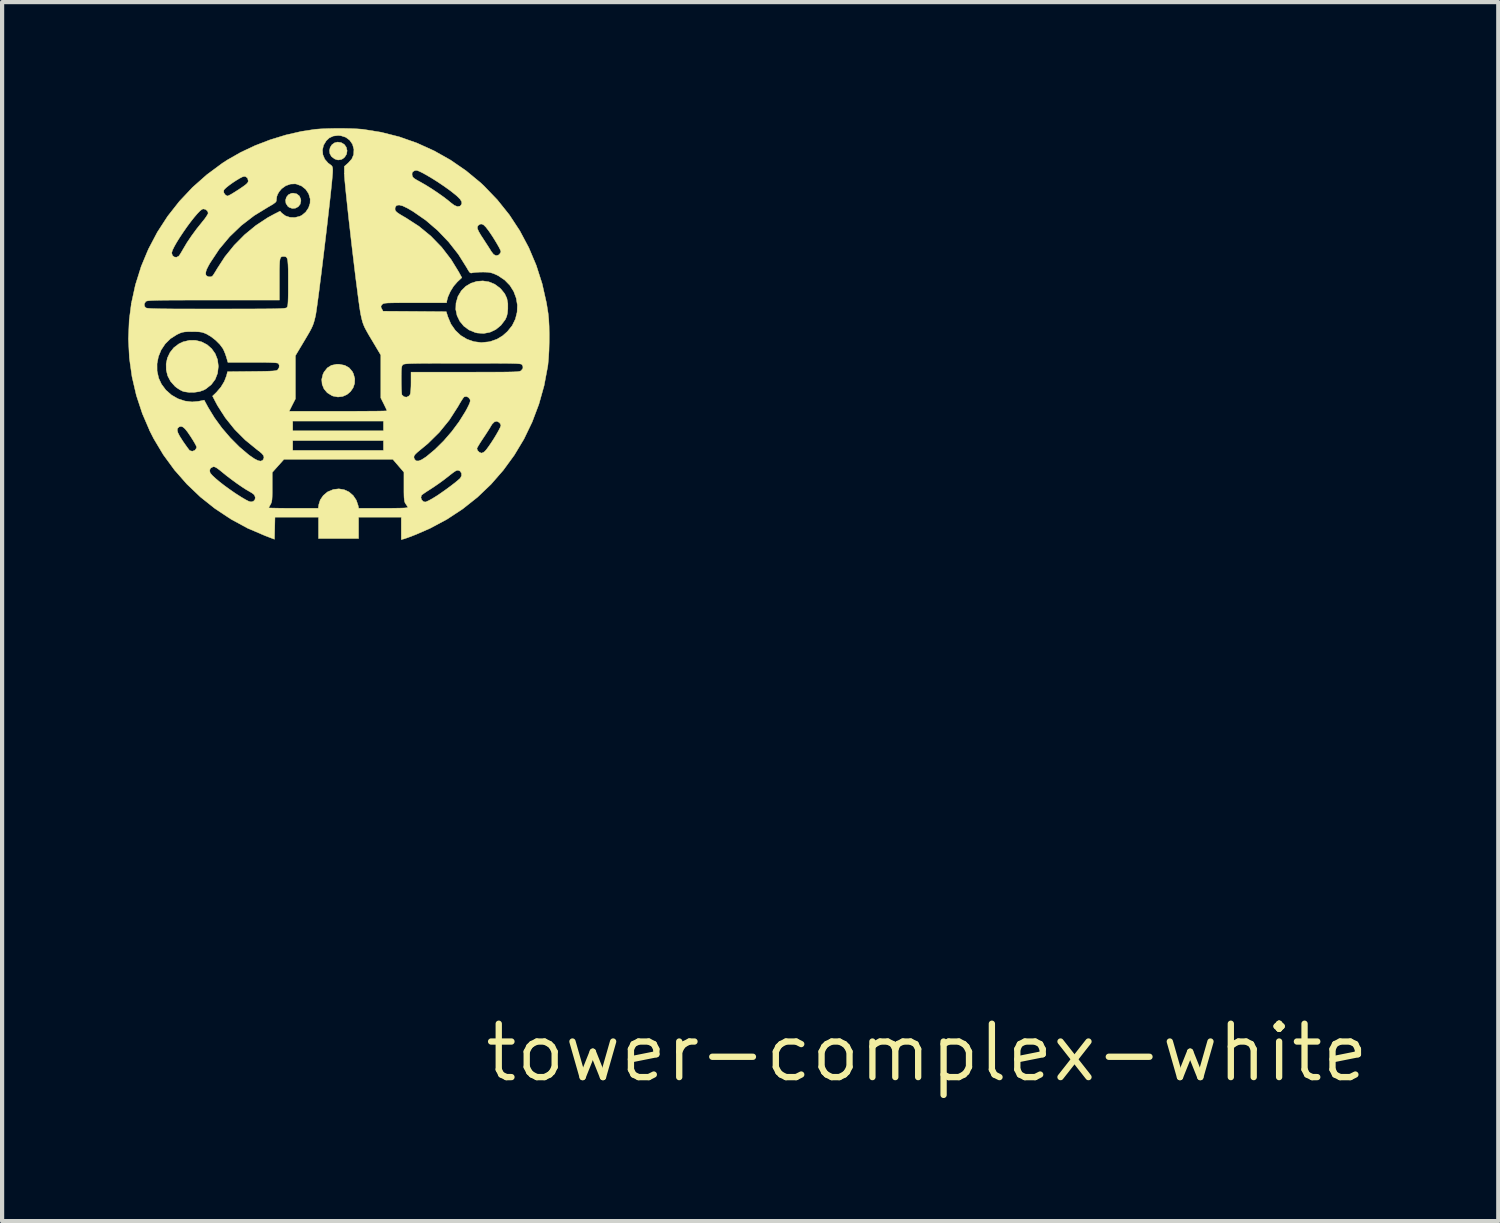
<source format=kicad_pcb>
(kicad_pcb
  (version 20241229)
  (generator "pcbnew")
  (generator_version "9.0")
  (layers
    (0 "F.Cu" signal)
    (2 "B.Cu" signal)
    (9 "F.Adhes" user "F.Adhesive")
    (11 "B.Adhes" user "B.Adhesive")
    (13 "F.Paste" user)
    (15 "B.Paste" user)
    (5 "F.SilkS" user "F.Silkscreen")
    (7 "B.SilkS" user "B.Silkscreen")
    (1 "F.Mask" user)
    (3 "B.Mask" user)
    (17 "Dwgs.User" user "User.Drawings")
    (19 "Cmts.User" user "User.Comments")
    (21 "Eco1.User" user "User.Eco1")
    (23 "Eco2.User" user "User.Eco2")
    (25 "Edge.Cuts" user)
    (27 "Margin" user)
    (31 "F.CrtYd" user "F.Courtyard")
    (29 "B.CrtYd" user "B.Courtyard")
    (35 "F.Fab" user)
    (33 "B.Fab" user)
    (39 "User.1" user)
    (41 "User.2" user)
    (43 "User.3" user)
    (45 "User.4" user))
  (footprint "tower-complex-white"
    (layer "F.Cu")
    (at 19.006 21.996)
    (property "Reference" "tower-complex-white" (at 0 0 0) (layer "F.SilkS") (effects (font (size 1.27 1.27) (thickness 0.15))))
    (attr through_hole)
    (fp_poly (pts (xy -14.996 -20.433) (xy -14.933 -20.383) (xy -14.901 -20.306) (xy -14.897 -20.265) (xy -14.915 -20.187) (xy -14.962 -20.128) (xy -15.028 -20.093) (xy -15.103 -20.087) (xy -15.176 -20.113) (xy -15.209 -20.139) (xy -15.253 -20.208) (xy -15.262 -20.283) (xy -15.241 -20.355) (xy -15.194 -20.413) (xy -15.125 -20.446) (xy -15.083 -20.451) (xy -14.996 -20.433)) (stroke (width 0.01) (type solid)) (fill yes) (layer "F.SilkS"))
    (fp_poly (pts (xy -13.94 -21.654) (xy -13.865 -21.61) (xy -13.817 -21.542) (xy -13.798 -21.461) (xy -13.811 -21.379) (xy -13.856 -21.307) (xy -13.9 -21.27) (xy -13.935 -21.252) (xy -13.939 -21.251) (xy -13.984 -21.244) (xy -13.995 -21.241) (xy -14.031 -21.243) (xy -14.084 -21.261) (xy -14.097 -21.267) (xy -14.169 -21.321) (xy -14.208 -21.39) (xy -14.217 -21.465) (xy -14.201 -21.537) (xy -14.161 -21.601) (xy -14.101 -21.646) (xy -14.025 -21.666) (xy -13.94 -21.654)) (stroke (width 0.01) (type solid)) (fill yes) (layer "F.SilkS"))
    (fp_poly (pts (xy -13.981 -16.379) (xy -13.853 -16.354) (xy -13.751 -16.297) (xy -13.674 -16.207) (xy -13.648 -16.155) (xy -13.615 -16.036) (xy -13.62 -15.922) (xy -13.656 -15.818) (xy -13.719 -15.728) (xy -13.803 -15.658) (xy -13.904 -15.614) (xy -14.016 -15.601) (xy -14.133 -15.623) (xy -14.16 -15.634) (xy -14.269 -15.701) (xy -14.347 -15.793) (xy -14.392 -15.902) (xy -14.402 -16.02) (xy -14.373 -16.14) (xy -14.346 -16.196) (xy -14.269 -16.293) (xy -14.172 -16.354) (xy -14.053 -16.379) (xy -13.981 -16.379)) (stroke (width 0.01) (type solid)) (fill yes) (layer "F.SilkS"))
    (fp_poly (pts (xy -17.399 -16.948) (xy -17.257 -16.912) (xy -17.129 -16.845) (xy -17.02 -16.75) (xy -16.936 -16.631) (xy -16.881 -16.491) (xy -16.861 -16.334) (xy -16.861 -16.331) (xy -16.88 -16.166) (xy -16.936 -16.021) (xy -17.028 -15.897) (xy -17.156 -15.795) (xy -17.209 -15.766) (xy -17.307 -15.731) (xy -17.428 -15.713) (xy -17.555 -15.711) (xy -17.67 -15.727) (xy -17.71 -15.739) (xy -17.776 -15.772) (xy -17.852 -15.822) (xy -17.894 -15.856) (xy -17.998 -15.973) (xy -18.067 -16.105) (xy -18.101 -16.246) (xy -18.103 -16.39) (xy -18.073 -16.53) (xy -18.011 -16.66) (xy -17.921 -16.774) (xy -17.801 -16.865) (xy -17.704 -16.912) (xy -17.55 -16.949) (xy -17.399 -16.948)) (stroke (width 0.01) (type solid)) (fill yes) (layer "F.SilkS"))
    (fp_poly (pts (xy -10.425 -18.341) (xy -10.287 -18.285) (xy -10.162 -18.193) (xy -10.133 -18.163) (xy -10.048 -18.057) (xy -9.997 -17.948) (xy -9.974 -17.824) (xy -9.974 -17.699) (xy -9.983 -17.596) (xy -10.001 -17.519) (xy -10.03 -17.453) (xy -10.038 -17.439) (xy -10.138 -17.307) (xy -10.26 -17.207) (xy -10.398 -17.142) (xy -10.548 -17.113) (xy -10.703 -17.124) (xy -10.749 -17.135) (xy -10.898 -17.196) (xy -11.022 -17.288) (xy -11.117 -17.403) (xy -11.182 -17.537) (xy -11.213 -17.683) (xy -11.207 -17.836) (xy -11.162 -17.99) (xy -11.159 -17.998) (xy -11.079 -18.131) (xy -10.974 -18.235) (xy -10.849 -18.309) (xy -10.712 -18.352) (xy -10.568 -18.363) (xy -10.425 -18.341)) (stroke (width 0.01) (type solid)) (fill yes) (layer "F.SilkS"))
    (fp_poly (pts (xy -13.895 -21.991) (xy -13.714 -21.987) (xy -13.552 -21.98) (xy -13.424 -21.97) (xy -12.988 -21.9) (xy -12.557 -21.791) (xy -12.136 -21.643) (xy -11.728 -21.458) (xy -11.337 -21.238) (xy -10.968 -20.984) (xy -10.624 -20.7) (xy -10.542 -20.623) (xy -10.224 -20.292) (xy -9.939 -19.936) (xy -9.69 -19.557) (xy -9.476 -19.155) (xy -9.298 -18.734) (xy -9.157 -18.294) (xy -9.054 -17.836) (xy -9.015 -17.59) (xy -9.001 -17.451) (xy -8.992 -17.281) (xy -8.989 -17.092) (xy -8.99 -16.894) (xy -8.995 -16.7) (xy -9.006 -16.52) (xy -9.02 -16.365) (xy -9.025 -16.33) (xy -9.111 -15.872) (xy -9.235 -15.43) (xy -9.395 -15.006) (xy -9.59 -14.601) (xy -9.82 -14.218) (xy -10.082 -13.859) (xy -10.374 -13.524) (xy -10.696 -13.217) (xy -11.046 -12.939) (xy -11.423 -12.691) (xy -11.825 -12.476) (xy -12.15 -12.334) (xy -12.249 -12.295) (xy -12.339 -12.261) (xy -12.41 -12.236) (xy -12.451 -12.223) (xy -12.509 -12.209) (xy -12.509 -12.742) (xy -13.525 -12.742) (xy -13.525 -12.234) (xy -14.478 -12.234) (xy -14.478 -12.742) (xy -15.514 -12.742) (xy -15.52 -12.479) (xy -15.526 -12.216) (xy -15.742 -12.298) (xy -16.161 -12.477) (xy -16.559 -12.693) (xy -16.935 -12.942) (xy -16.964 -12.964) (xy -15.663 -12.964) (xy -15.643 -12.961) (xy -15.586 -12.959) (xy -15.497 -12.957) (xy -15.382 -12.955) (xy -15.246 -12.954) (xy -15.095 -12.954) (xy -15.073 -12.954) (xy -14.484 -12.954) (xy -14.472 -13.04) (xy -14.437 -13.152) (xy -14.367 -13.255) (xy -14.27 -13.338) (xy -14.255 -13.347) (xy -14.125 -13.401) (xy -13.994 -13.416) (xy -13.868 -13.395) (xy -13.752 -13.342) (xy -13.654 -13.257) (xy -13.579 -13.146) (xy -13.537 -13.023) (xy -13.522 -12.954) (xy -12.93 -12.954) (xy -12.75 -12.954) (xy -12.609 -12.956) (xy -12.503 -12.958) (xy -12.428 -12.961) (xy -12.38 -12.966) (xy -12.357 -12.972) (xy -12.353 -12.98) (xy -12.353 -12.98) (xy -12.375 -13.016) (xy -12.407 -13.063) (xy -12.422 -13.089) (xy -12.432 -13.123) (xy -12.439 -13.171) (xy -12.442 -13.209) (xy -12.042 -13.209) (xy -12.025 -13.155) (xy -11.985 -13.114) (xy -11.94 -13.102) (xy -11.906 -13.113) (xy -11.847 -13.141) (xy -11.772 -13.182) (xy -11.728 -13.209) (xy -11.643 -13.262) (xy -11.545 -13.33) (xy -11.44 -13.404) (xy -11.336 -13.481) (xy -11.242 -13.553) (xy -11.165 -13.616) (xy -11.113 -13.662) (xy -11.104 -13.671) (xy -11.075 -13.728) (xy -11.077 -13.788) (xy -11.109 -13.836) (xy -11.137 -13.851) (xy -11.164 -13.857) (xy -11.192 -13.853) (xy -11.229 -13.834) (xy -11.282 -13.797) (xy -11.357 -13.739) (xy -11.397 -13.707) (xy -11.503 -13.625) (xy -11.623 -13.538) (xy -11.741 -13.457) (xy -11.807 -13.414) (xy -11.89 -13.361) (xy -11.96 -13.314) (xy -12.009 -13.279) (xy -12.028 -13.263) (xy -12.042 -13.209) (xy -12.442 -13.209) (xy -12.444 -13.242) (xy -12.446 -13.34) (xy -12.446 -13.465) (xy -12.446 -13.811) (xy -12.71 -14.118) (xy -15.3 -14.118) (xy -15.579 -13.806) (xy -15.579 -13.46) (xy -15.579 -13.328) (xy -15.581 -13.231) (xy -15.585 -13.162) (xy -15.593 -13.113) (xy -15.604 -13.077) (xy -15.619 -13.047) (xy -15.621 -13.043) (xy -15.648 -12.996) (xy -15.663 -12.967) (xy -15.663 -12.964) (xy -16.964 -12.964) (xy -17.287 -13.221) (xy -17.611 -13.53) (xy -17.899 -13.858) (xy -17.069 -13.858) (xy -17.057 -13.799) (xy -17.051 -13.789) (xy -17.006 -13.736) (xy -16.931 -13.666) (xy -16.833 -13.583) (xy -16.717 -13.493) (xy -16.59 -13.401) (xy -16.459 -13.31) (xy -16.329 -13.227) (xy -16.293 -13.205) (xy -16.204 -13.153) (xy -16.141 -13.121) (xy -16.097 -13.107) (xy -16.061 -13.108) (xy -16.026 -13.122) (xy -16.022 -13.124) (xy -15.989 -13.163) (xy -15.983 -13.217) (xy -16.006 -13.271) (xy -16.015 -13.281) (xy -16.057 -13.314) (xy -16.113 -13.348) (xy -16.115 -13.349) (xy -16.197 -13.396) (xy -16.302 -13.464) (xy -16.421 -13.546) (xy -16.544 -13.636) (xy -16.663 -13.726) (xy -16.744 -13.792) (xy -16.831 -13.863) (xy -16.893 -13.909) (xy -16.938 -13.934) (xy -16.97 -13.942) (xy -16.987 -13.94) (xy -17.045 -13.909) (xy -17.069 -13.858) (xy -17.899 -13.858) (xy -17.906 -13.866) (xy -18.17 -14.227) (xy -18.399 -14.61) (xy -18.486 -14.781) (xy -18.5 -14.813) (xy -17.839 -14.813) (xy -17.824 -14.753) (xy -17.783 -14.672) (xy -17.715 -14.565) (xy -17.705 -14.549) (xy -17.647 -14.466) (xy -17.597 -14.396) (xy -17.559 -14.346) (xy -17.539 -14.325) (xy -17.481 -14.31) (xy -17.423 -14.331) (xy -17.411 -14.342) (xy -17.384 -14.383) (xy -17.378 -14.409) (xy -17.389 -14.439) (xy -17.419 -14.496) (xy -17.464 -14.572) (xy -17.519 -14.659) (xy -17.521 -14.662) (xy -17.595 -14.771) (xy -17.655 -14.845) (xy -17.705 -14.887) (xy -17.748 -14.902) (xy -17.789 -14.892) (xy -17.799 -14.886) (xy -17.831 -14.855) (xy -17.839 -14.813) (xy -18.5 -14.813) (xy -18.669 -15.205) (xy -18.812 -15.639) (xy -18.915 -16.082) (xy -18.959 -16.392) (xy -18.32 -16.392) (xy -18.319 -16.22) (xy -18.281 -16.05) (xy -18.215 -15.907) (xy -18.109 -15.765) (xy -17.976 -15.648) (xy -17.823 -15.56) (xy -17.656 -15.505) (xy -17.485 -15.484) (xy -17.335 -15.498) (xy -17.198 -15.526) (xy -17.103 -15.351) (xy -16.953 -15.105) (xy -16.774 -14.86) (xy -16.574 -14.627) (xy -16.362 -14.414) (xy -16.146 -14.231) (xy -16.111 -14.205) (xy -16.003 -14.131) (xy -15.919 -14.088) (xy -15.857 -14.075) (xy -15.812 -14.091) (xy -15.79 -14.119) (xy -15.776 -14.162) (xy -15.776 -14.164) (xy -12.209 -14.164) (xy -12.196 -14.126) (xy -12.191 -14.117) (xy -12.155 -14.082) (xy -12.1 -14.079) (xy -12.024 -14.109) (xy -11.925 -14.173) (xy -11.906 -14.187) (xy -11.703 -14.356) (xy -11.687 -14.372) (xy -10.71 -14.372) (xy -10.693 -14.327) (xy -10.653 -14.287) (xy -10.606 -14.267) (xy -10.601 -14.266) (xy -10.557 -14.281) (xy -10.522 -14.307) (xy -10.479 -14.356) (xy -10.426 -14.429) (xy -10.366 -14.517) (xy -10.304 -14.613) (xy -10.246 -14.709) (xy -10.196 -14.797) (xy -10.159 -14.869) (xy -10.14 -14.917) (xy -10.139 -14.926) (xy -10.153 -14.964) (xy -10.18 -14.996) (xy -10.235 -15.024) (xy -10.292 -15.01) (xy -10.346 -14.957) (xy -10.371 -14.918) (xy -10.403 -14.864) (xy -10.452 -14.786) (xy -10.511 -14.695) (xy -10.566 -14.613) (xy -10.622 -14.528) (xy -10.667 -14.455) (xy -10.699 -14.4) (xy -10.71 -14.372) (xy -10.71 -14.372) (xy -11.687 -14.372) (xy -11.501 -14.556) (xy -11.308 -14.779) (xy -11.134 -15.013) (xy -10.987 -15.248) (xy -10.952 -15.311) (xy -10.907 -15.4) (xy -10.88 -15.461) (xy -10.869 -15.503) (xy -10.871 -15.534) (xy -10.876 -15.547) (xy -10.913 -15.593) (xy -10.963 -15.614) (xy -11.011 -15.604) (xy -11.017 -15.6) (xy -11.039 -15.573) (xy -11.076 -15.517) (xy -11.122 -15.441) (xy -11.162 -15.371) (xy -11.367 -15.052) (xy -11.606 -14.759) (xy -11.878 -14.491) (xy -12.039 -14.358) (xy -12.123 -14.289) (xy -12.176 -14.239) (xy -12.204 -14.199) (xy -12.209 -14.164) (xy -15.776 -14.164) (xy -15.785 -14.204) (xy -15.821 -14.251) (xy -15.887 -14.309) (xy -15.945 -14.352) (xy -16.203 -14.563) (xy -15.092 -14.563) (xy -15.092 -14.33) (xy -12.933 -14.33) (xy -12.933 -14.563) (xy -15.092 -14.563) (xy -16.203 -14.563) (xy -16.222 -14.578) (xy -16.473 -14.83) (xy -16.632 -15.028) (xy -15.092 -15.028) (xy -15.092 -14.796) (xy -12.933 -14.796) (xy -12.933 -15.028) (xy -15.092 -15.028) (xy -16.632 -15.028) (xy -16.694 -15.105) (xy -16.794 -15.261) (xy -15.177 -15.261) (xy -14.013 -15.261) (xy -13.795 -15.261) (xy -13.591 -15.262) (xy -13.403 -15.263) (xy -13.237 -15.264) (xy -13.095 -15.265) (xy -12.982 -15.267) (xy -12.901 -15.269) (xy -12.856 -15.271) (xy -12.848 -15.272) (xy -12.857 -15.295) (xy -12.881 -15.346) (xy -12.914 -15.414) (xy -12.922 -15.431) (xy -12.996 -15.578) (xy -12.996 -16.004) (xy -12.509 -16.004) (xy -12.508 -15.889) (xy -12.505 -15.788) (xy -12.501 -15.71) (xy -12.496 -15.662) (xy -12.493 -15.651) (xy -12.442 -15.606) (xy -12.383 -15.597) (xy -12.327 -15.625) (xy -12.298 -15.662) (xy -12.29 -15.699) (xy -12.283 -15.768) (xy -12.278 -15.858) (xy -12.277 -15.948) (xy -12.277 -16.192) (xy -10.986 -16.192) (xy -10.72 -16.193) (xy -10.493 -16.193) (xy -10.302 -16.193) (xy -10.144 -16.194) (xy -10.015 -16.195) (xy -9.912 -16.197) (xy -9.832 -16.199) (xy -9.772 -16.202) (xy -9.729 -16.206) (xy -9.698 -16.211) (xy -9.678 -16.217) (xy -9.664 -16.224) (xy -9.654 -16.233) (xy -9.652 -16.235) (xy -9.616 -16.281) (xy -9.615 -16.324) (xy -9.632 -16.363) (xy -9.637 -16.371) (xy -9.646 -16.378) (xy -9.662 -16.384) (xy -9.687 -16.389) (xy -9.726 -16.393) (xy -9.78 -16.397) (xy -9.853 -16.399) (xy -9.948 -16.401) (xy -10.068 -16.402) (xy -10.216 -16.403) (xy -10.395 -16.404) (xy -10.609 -16.404) (xy -10.859 -16.404) (xy -11.043 -16.404) (xy -11.321 -16.404) (xy -11.56 -16.404) (xy -11.763 -16.403) (xy -11.933 -16.402) (xy -12.072 -16.401) (xy -12.185 -16.399) (xy -12.273 -16.397) (xy -12.341 -16.394) (xy -12.391 -16.39) (xy -12.426 -16.386) (xy -12.45 -16.38) (xy -12.464 -16.374) (xy -12.471 -16.369) (xy -12.486 -16.352) (xy -12.496 -16.326) (xy -12.503 -16.284) (xy -12.507 -16.221) (xy -12.509 -16.129) (xy -12.509 -16.004) (xy -12.996 -16.004) (xy -12.996 -16.598) (xy -13.206 -16.951) (xy -13.28 -17.074) (xy -13.334 -17.17) (xy -13.375 -17.246) (xy -13.404 -17.312) (xy -13.427 -17.374) (xy -13.446 -17.443) (xy -13.465 -17.526) (xy -13.472 -17.558) (xy -13.484 -17.624) (xy -13.5 -17.727) (xy -13.505 -17.765) (xy -12.992 -17.765) (xy -12.99 -17.733) (xy -12.974 -17.699) (xy -12.942 -17.642) (xy -12.19 -17.637) (xy -11.439 -17.631) (xy -11.401 -17.51) (xy -11.328 -17.336) (xy -11.224 -17.187) (xy -11.095 -17.065) (xy -10.945 -16.975) (xy -10.78 -16.918) (xy -10.605 -16.896) (xy -10.423 -16.914) (xy -10.381 -16.924) (xy -10.229 -16.978) (xy -10.097 -17.058) (xy -9.983 -17.159) (xy -9.87 -17.3) (xy -9.794 -17.456) (xy -9.753 -17.621) (xy -9.747 -17.789) (xy -9.775 -17.954) (xy -9.834 -18.112) (xy -9.925 -18.257) (xy -10.047 -18.382) (xy -10.197 -18.484) (xy -10.239 -18.505) (xy -10.319 -18.54) (xy -10.387 -18.56) (xy -10.46 -18.57) (xy -10.557 -18.573) (xy -10.562 -18.573) (xy -10.654 -18.571) (xy -10.738 -18.566) (xy -10.799 -18.559) (xy -10.808 -18.557) (xy -10.843 -18.55) (xy -10.868 -18.555) (xy -10.892 -18.579) (xy -10.923 -18.628) (xy -10.955 -18.684) (xy -11.15 -18.995) (xy -11.381 -19.289) (xy -11.641 -19.561) (xy -11.741 -19.647) (xy -10.699 -19.647) (xy -10.695 -19.602) (xy -10.667 -19.538) (xy -10.616 -19.45) (xy -10.569 -19.379) (xy -10.507 -19.283) (xy -10.447 -19.191) (xy -10.397 -19.112) (xy -10.367 -19.063) (xy -10.312 -18.993) (xy -10.256 -18.964) (xy -10.2 -18.976) (xy -10.172 -18.999) (xy -10.145 -19.038) (xy -10.139 -19.061) (xy -10.15 -19.095) (xy -10.18 -19.156) (xy -10.225 -19.236) (xy -10.28 -19.328) (xy -10.34 -19.424) (xy -10.402 -19.516) (xy -10.427 -19.552) (xy -10.494 -19.64) (xy -10.547 -19.693) (xy -10.592 -19.716) (xy -10.633 -19.713) (xy -10.645 -19.707) (xy -10.682 -19.68) (xy -10.699 -19.647) (xy -11.741 -19.647) (xy -11.925 -19.805) (xy -12.228 -20.015) (xy -12.363 -20.094) (xy -12.474 -20.147) (xy -12.56 -20.169) (xy -12.62 -20.159) (xy -12.652 -20.118) (xy -12.658 -20.076) (xy -12.654 -20.047) (xy -12.638 -20.02) (xy -12.605 -19.989) (xy -12.549 -19.951) (xy -12.464 -19.9) (xy -12.404 -19.866) (xy -12.09 -19.663) (xy -11.805 -19.429) (xy -11.549 -19.165) (xy -11.323 -18.871) (xy -11.145 -18.581) (xy -11.068 -18.44) (xy -11.176 -18.339) (xy -11.264 -18.238) (xy -11.341 -18.114) (xy -11.399 -17.984) (xy -11.419 -17.912) (xy -11.433 -17.843) (xy -12.18 -17.843) (xy -12.377 -17.843) (xy -12.537 -17.843) (xy -12.663 -17.842) (xy -12.759 -17.84) (xy -12.831 -17.838) (xy -12.882 -17.834) (xy -12.916 -17.828) (xy -12.939 -17.821) (xy -12.954 -17.811) (xy -12.966 -17.8) (xy -12.966 -17.8) (xy -12.992 -17.765) (xy -13.505 -17.765) (xy -13.519 -17.862) (xy -13.541 -18.026) (xy -13.565 -18.214) (xy -13.592 -18.421) (xy -13.619 -18.644) (xy -13.647 -18.877) (xy -13.676 -19.118) (xy -13.704 -19.36) (xy -13.731 -19.6) (xy -13.758 -19.833) (xy -13.782 -20.056) (xy -13.804 -20.263) (xy -13.824 -20.451) (xy -13.84 -20.615) (xy -13.853 -20.75) (xy -13.861 -20.853) (xy -13.864 -20.915) (xy -12.253 -20.915) (xy -12.252 -20.886) (xy -12.245 -20.853) (xy -12.229 -20.826) (xy -12.196 -20.797) (xy -12.139 -20.762) (xy -12.057 -20.717) (xy -11.928 -20.643) (xy -11.788 -20.556) (xy -11.647 -20.462) (xy -11.515 -20.369) (xy -11.402 -20.283) (xy -11.335 -20.227) (xy -11.246 -20.16) (xy -11.172 -20.131) (xy -11.114 -20.141) (xy -11.096 -20.155) (xy -11.069 -20.199) (xy -11.073 -20.249) (xy -11.111 -20.309) (xy -11.185 -20.383) (xy -11.223 -20.415) (xy -11.343 -20.51) (xy -11.488 -20.614) (xy -11.645 -20.72) (xy -11.803 -20.819) (xy -11.947 -20.902) (xy -11.984 -20.923) (xy -12.064 -20.963) (xy -12.118 -20.986) (xy -12.155 -20.993) (xy -12.186 -20.987) (xy -12.201 -20.981) (xy -12.241 -20.954) (xy -12.253 -20.915) (xy -13.864 -20.915) (xy -13.864 -20.919) (xy -13.864 -20.925) (xy -13.864 -21.087) (xy -13.77 -21.17) (xy -13.686 -21.264) (xy -13.642 -21.368) (xy -13.636 -21.486) (xy -13.637 -21.497) (xy -13.67 -21.615) (xy -13.736 -21.71) (xy -13.829 -21.78) (xy -13.944 -21.817) (xy -14.011 -21.823) (xy -14.128 -21.809) (xy -14.222 -21.765) (xy -14.295 -21.696) (xy -14.358 -21.591) (xy -14.384 -21.478) (xy -14.374 -21.364) (xy -14.329 -21.258) (xy -14.251 -21.168) (xy -14.214 -21.141) (xy -14.17 -21.108) (xy -14.148 -21.076) (xy -14.14 -21.026) (xy -14.14 -20.984) (xy -14.142 -20.931) (xy -14.15 -20.84) (xy -14.161 -20.716) (xy -14.177 -20.562) (xy -14.196 -20.383) (xy -14.218 -20.183) (xy -14.243 -19.966) (xy -14.269 -19.736) (xy -14.297 -19.498) (xy -14.326 -19.255) (xy -14.355 -19.013) (xy -14.384 -18.775) (xy -14.412 -18.544) (xy -14.44 -18.327) (xy -14.465 -18.126) (xy -14.489 -17.946) (xy -14.51 -17.791) (xy -14.528 -17.665) (xy -14.542 -17.572) (xy -14.553 -17.518) (xy -14.573 -17.435) (xy -14.593 -17.365) (xy -14.616 -17.301) (xy -14.647 -17.233) (xy -14.689 -17.154) (xy -14.747 -17.054) (xy -14.817 -16.936) (xy -15.028 -16.583) (xy -15.028 -15.556) (xy -15.103 -15.409) (xy -15.177 -15.261) (xy -16.794 -15.261) (xy -16.88 -15.395) (xy -16.936 -15.5) (xy -16.999 -15.623) (xy -16.906 -15.713) (xy -16.801 -15.835) (xy -16.719 -15.971) (xy -16.667 -16.106) (xy -16.643 -16.203) (xy -16.064 -16.209) (xy -15.89 -16.211) (xy -15.752 -16.213) (xy -15.648 -16.216) (xy -15.571 -16.22) (xy -15.517 -16.225) (xy -15.481 -16.232) (xy -15.458 -16.241) (xy -15.448 -16.249) (xy -15.416 -16.301) (xy -15.413 -16.359) (xy -15.435 -16.4) (xy -15.456 -16.408) (xy -15.504 -16.415) (xy -15.582 -16.419) (xy -15.693 -16.423) (xy -15.84 -16.425) (xy -16.025 -16.425) (xy -16.047 -16.425) (xy -16.634 -16.425) (xy -16.669 -16.547) (xy -16.698 -16.632) (xy -16.733 -16.715) (xy -16.753 -16.754) (xy -16.825 -16.852) (xy -16.923 -16.95) (xy -17.035 -17.037) (xy -17.14 -17.099) (xy -17.201 -17.125) (xy -17.257 -17.142) (xy -17.32 -17.151) (xy -17.403 -17.155) (xy -17.484 -17.156) (xy -17.587 -17.155) (xy -17.661 -17.15) (xy -17.718 -17.14) (xy -17.773 -17.121) (xy -17.837 -17.091) (xy -17.846 -17.087) (xy -17.999 -16.99) (xy -18.125 -16.866) (xy -18.222 -16.721) (xy -18.287 -16.561) (xy -18.32 -16.392) (xy -18.959 -16.392) (xy -18.978 -16.531) (xy -19.001 -16.982) (xy -18.982 -17.433) (xy -18.932 -17.818) (xy -18.623 -17.818) (xy -18.617 -17.761) (xy -18.593 -17.729) (xy -18.584 -17.722) (xy -18.567 -17.717) (xy -18.539 -17.712) (xy -18.498 -17.709) (xy -18.44 -17.705) (xy -18.365 -17.703) (xy -18.267 -17.7) (xy -18.145 -17.699) (xy -17.996 -17.697) (xy -17.817 -17.696) (xy -17.606 -17.696) (xy -17.359 -17.695) (xy -17.074 -17.695) (xy -16.912 -17.695) (xy -16.607 -17.695) (xy -16.34 -17.696) (xy -16.111 -17.696) (xy -15.916 -17.697) (xy -15.752 -17.698) (xy -15.617 -17.699) (xy -15.507 -17.701) (xy -15.42 -17.704) (xy -15.354 -17.707) (xy -15.305 -17.71) (xy -15.271 -17.715) (xy -15.248 -17.72) (xy -15.235 -17.725) (xy -15.231 -17.729) (xy -15.221 -17.744) (xy -15.213 -17.77) (xy -15.207 -17.811) (xy -15.203 -17.873) (xy -15.2 -17.961) (xy -15.198 -18.079) (xy -15.198 -18.231) (xy -15.198 -18.32) (xy -15.198 -18.499) (xy -15.199 -18.64) (xy -15.203 -18.747) (xy -15.209 -18.826) (xy -15.218 -18.88) (xy -15.232 -18.915) (xy -15.252 -18.934) (xy -15.277 -18.942) (xy -15.309 -18.944) (xy -15.311 -18.944) (xy -15.341 -18.942) (xy -15.364 -18.934) (xy -15.381 -18.914) (xy -15.394 -18.877) (xy -15.402 -18.819) (xy -15.406 -18.735) (xy -15.409 -18.62) (xy -15.409 -18.47) (xy -15.409 -18.4) (xy -15.409 -17.907) (xy -16.979 -17.907) (xy -17.276 -17.907) (xy -17.534 -17.907) (xy -17.755 -17.906) (xy -17.942 -17.906) (xy -18.098 -17.904) (xy -18.227 -17.903) (xy -18.33 -17.901) (xy -18.411 -17.898) (xy -18.473 -17.895) (xy -18.518 -17.891) (xy -18.55 -17.887) (xy -18.57 -17.882) (xy -18.583 -17.876) (xy -18.588 -17.872) (xy -18.623 -17.818) (xy -18.932 -17.818) (xy -18.932 -17.822) (xy -18.834 -18.271) (xy -18.743 -18.56) (xy -17.163 -18.56) (xy -17.158 -18.507) (xy -17.141 -18.483) (xy -17.094 -18.461) (xy -17.037 -18.461) (xy -17.006 -18.474) (xy -16.986 -18.498) (xy -16.952 -18.55) (xy -16.909 -18.62) (xy -16.893 -18.648) (xy -16.705 -18.938) (xy -16.484 -19.211) (xy -16.237 -19.461) (xy -15.968 -19.682) (xy -15.683 -19.87) (xy -15.535 -19.95) (xy -15.393 -20.022) (xy -15.354 -19.978) (xy -15.266 -19.911) (xy -15.158 -19.875) (xy -15.041 -19.871) (xy -14.924 -19.9) (xy -14.873 -19.925) (xy -14.783 -20) (xy -14.716 -20.099) (xy -14.679 -20.21) (xy -14.676 -20.313) (xy -14.713 -20.439) (xy -14.784 -20.544) (xy -14.883 -20.622) (xy -15.004 -20.667) (xy -15.034 -20.672) (xy -15.146 -20.667) (xy -15.257 -20.627) (xy -15.355 -20.557) (xy -15.415 -20.486) (xy -15.45 -20.425) (xy -15.47 -20.371) (xy -15.479 -20.304) (xy -15.482 -20.262) (xy -15.502 -20.232) (xy -15.561 -20.188) (xy -15.656 -20.132) (xy -15.674 -20.122) (xy -16.009 -19.917) (xy -16.316 -19.681) (xy -16.593 -19.415) (xy -16.84 -19.12) (xy -17.055 -18.796) (xy -17.092 -18.732) (xy -17.142 -18.633) (xy -17.163 -18.56) (xy -18.743 -18.56) (xy -18.698 -18.705) (xy -18.564 -19.027) (xy -17.971 -19.027) (xy -17.954 -18.969) (xy -17.912 -18.933) (xy -17.859 -18.925) (xy -17.807 -18.95) (xy -17.797 -18.96) (xy -17.771 -18.997) (xy -17.734 -19.058) (xy -17.696 -19.124) (xy -17.609 -19.271) (xy -17.499 -19.434) (xy -17.376 -19.602) (xy -17.248 -19.761) (xy -17.248 -19.762) (xy -17.187 -19.837) (xy -17.14 -19.905) (xy -17.11 -19.956) (xy -17.103 -19.978) (xy -17.121 -20.027) (xy -17.164 -20.063) (xy -17.216 -20.076) (xy -17.247 -20.068) (xy -17.297 -20.03) (xy -17.362 -19.962) (xy -17.439 -19.872) (xy -17.524 -19.764) (xy -17.612 -19.645) (xy -17.698 -19.521) (xy -17.78 -19.398) (xy -17.852 -19.283) (xy -17.91 -19.18) (xy -17.951 -19.096) (xy -17.97 -19.037) (xy -17.971 -19.027) (xy -18.564 -19.027) (xy -18.523 -19.123) (xy -18.313 -19.522) (xy -18.068 -19.9) (xy -17.789 -20.255) (xy -17.544 -20.515) (xy -16.735 -20.515) (xy -16.731 -20.462) (xy -16.7 -20.414) (xy -16.655 -20.385) (xy -16.641 -20.384) (xy -16.612 -20.395) (xy -16.555 -20.425) (xy -16.48 -20.471) (xy -16.392 -20.527) (xy -16.379 -20.535) (xy -16.283 -20.6) (xy -16.218 -20.647) (xy -16.178 -20.683) (xy -16.157 -20.711) (xy -16.15 -20.738) (xy -16.15 -20.743) (xy -16.166 -20.808) (xy -16.21 -20.843) (xy -16.249 -20.849) (xy -16.29 -20.837) (xy -16.354 -20.804) (xy -16.432 -20.757) (xy -16.516 -20.702) (xy -16.597 -20.644) (xy -16.667 -20.589) (xy -16.716 -20.543) (xy -16.735 -20.515) (xy -17.544 -20.515) (xy -17.478 -20.586) (xy -17.136 -20.889) (xy -16.765 -21.164) (xy -16.646 -21.241) (xy -16.332 -21.42) (xy -15.989 -21.582) (xy -15.627 -21.721) (xy -15.255 -21.835) (xy -14.884 -21.92) (xy -14.558 -21.97) (xy -14.425 -21.98) (xy -14.262 -21.987) (xy -14.082 -21.991) (xy -13.895 -21.991)) (stroke (width 0.01) (type solid)) (fill yes) (layer "F.SilkS")))
  (gr_rect
    (start -3 -3)
    (end 32.596 26.002)
    (stroke (width 0.1) (type default))
    (fill no)
    (layer "Edge.Cuts")))
</source>
